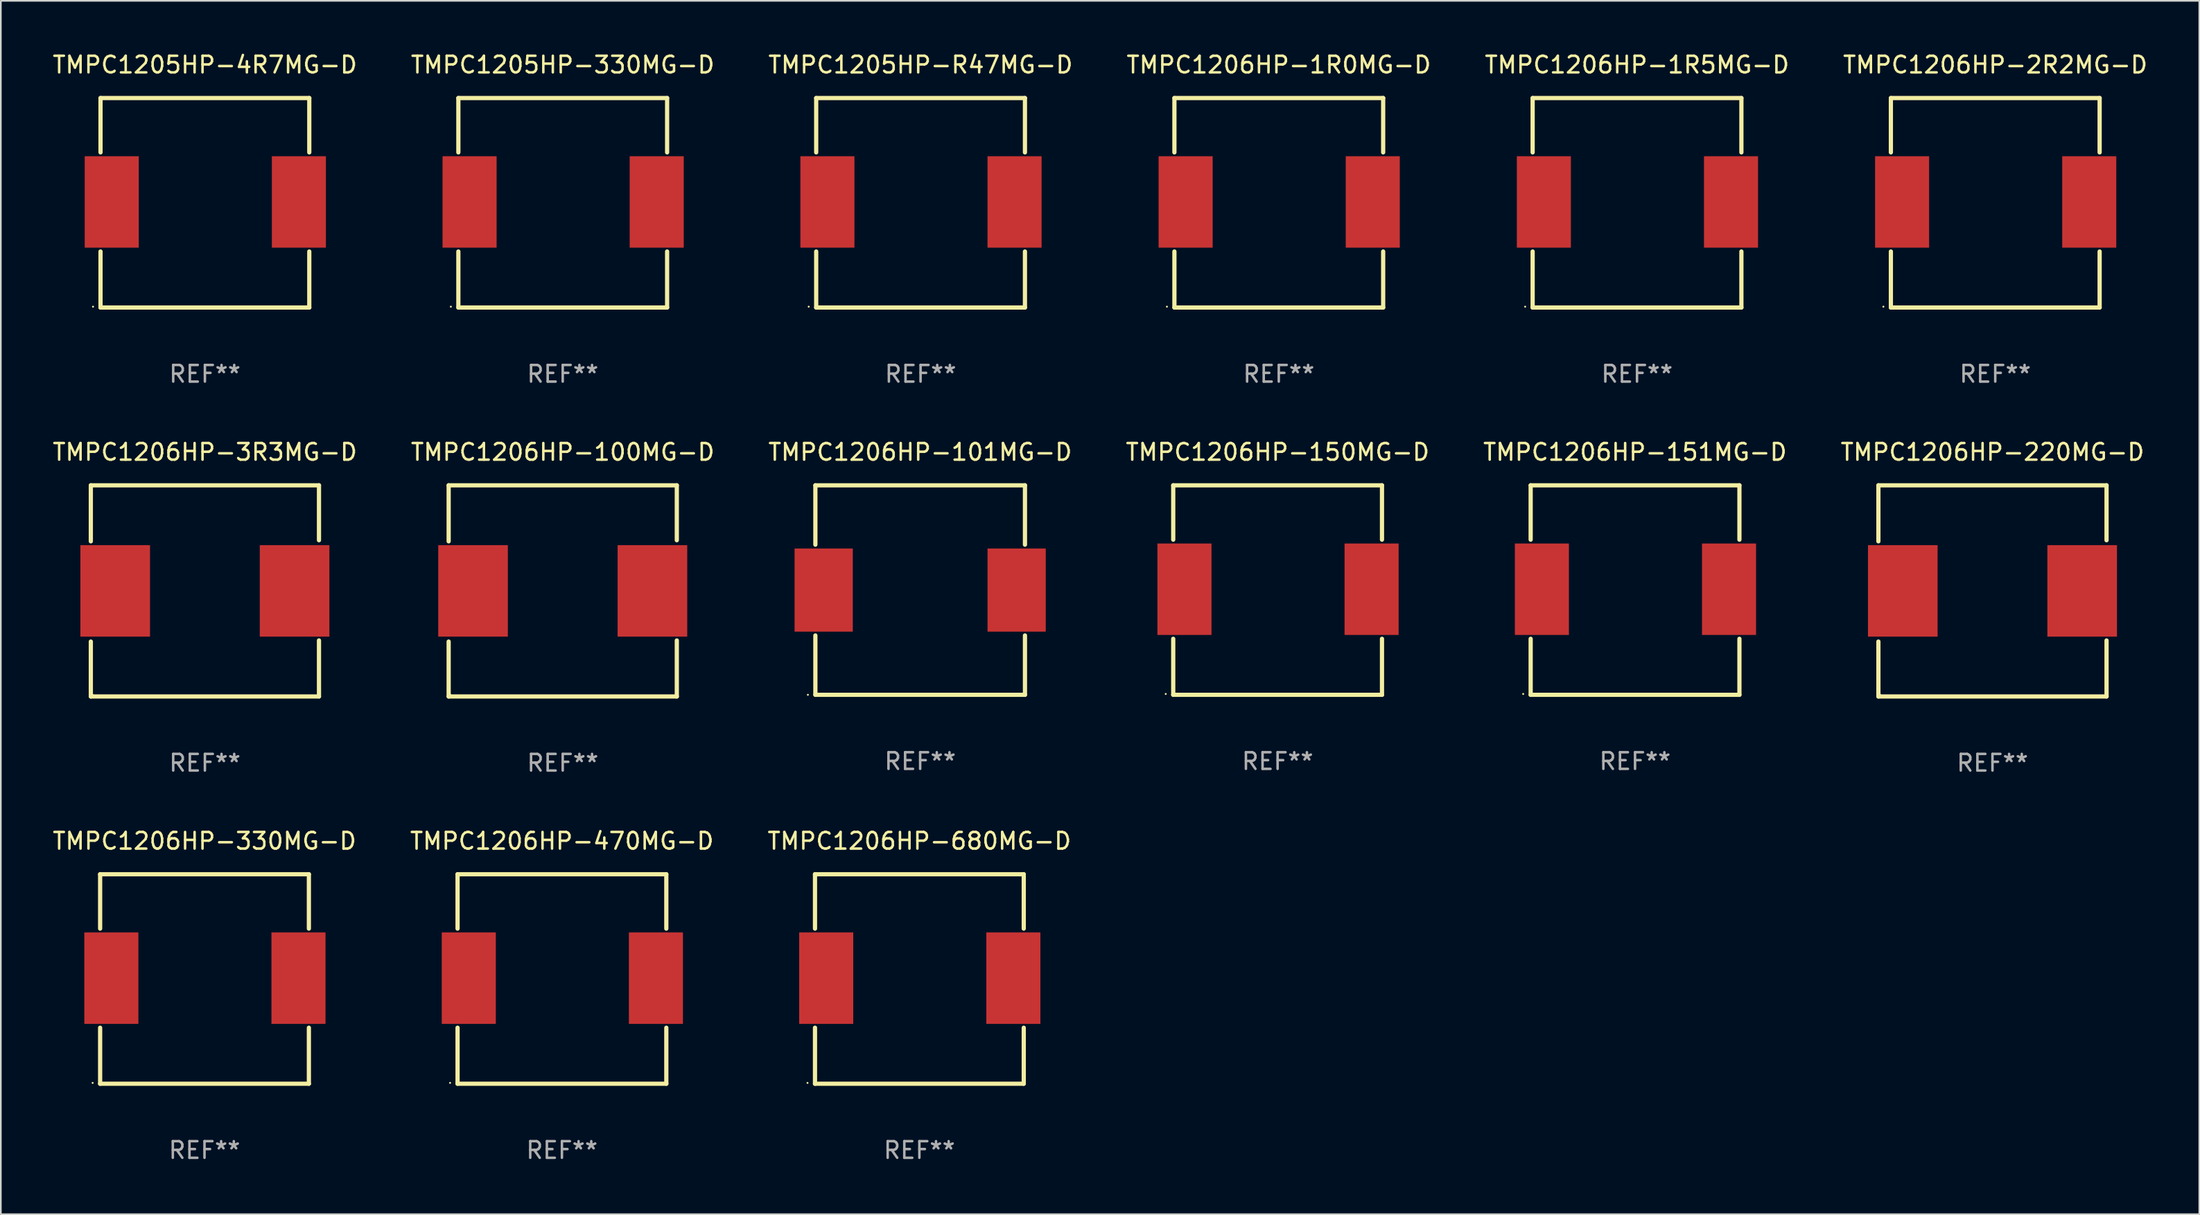
<source format=kicad_pcb>
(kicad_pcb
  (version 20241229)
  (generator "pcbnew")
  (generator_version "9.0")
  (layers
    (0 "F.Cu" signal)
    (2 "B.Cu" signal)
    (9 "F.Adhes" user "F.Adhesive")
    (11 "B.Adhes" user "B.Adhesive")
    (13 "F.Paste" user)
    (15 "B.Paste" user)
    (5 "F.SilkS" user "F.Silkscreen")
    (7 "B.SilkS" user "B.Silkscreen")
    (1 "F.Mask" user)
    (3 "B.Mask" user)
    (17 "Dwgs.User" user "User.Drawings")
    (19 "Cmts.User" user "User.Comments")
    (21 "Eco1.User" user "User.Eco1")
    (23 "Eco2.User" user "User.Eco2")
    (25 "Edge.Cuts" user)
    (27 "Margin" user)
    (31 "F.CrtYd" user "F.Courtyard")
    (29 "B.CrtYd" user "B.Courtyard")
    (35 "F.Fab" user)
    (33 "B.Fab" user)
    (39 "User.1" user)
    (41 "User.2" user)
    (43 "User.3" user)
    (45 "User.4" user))
  (footprint "TMPC1206HP-220MG-D"
    (layer "F.Cu")
    (at 116.732 32.495)
    (property "Reference" "TMPC1206HP-220MG-D" (at 0 -8.35 0) (layer "F.SilkS") (effects (font (size 1 1) (thickness 0.15))))
    (attr through_hole)
    (fp_line (start -6.858 -6.35) (end 6.858 -6.35) (stroke (width 0.254) (type solid)) (layer "F.SilkS"))
    (fp_line (start -6.858 -2.981) (end -6.858 -6.35) (stroke (width 0.254) (type solid)) (layer "F.SilkS"))
    (fp_line (start -6.858 6.35) (end -6.858 3.048) (stroke (width 0.254) (type solid)) (layer "F.SilkS"))
    (fp_line (start 6.858 -6.35) (end 6.858 -3.048) (stroke (width 0.254) (type solid)) (layer "F.SilkS"))
    (fp_line (start 6.858 2.981) (end 6.858 6.35) (stroke (width 0.254) (type solid)) (layer "F.SilkS"))
    (fp_line (start 6.858 6.35) (end -6.858 6.35) (stroke (width 0.254) (type solid)) (layer "F.SilkS"))
    (fp_circle (center -6.75 6.25) (end -6.72 6.25) (stroke (width 0.06) (type solid)) (fill no) (layer "F.SilkS"))
    (fp_text user "REF**" (at 0 10.35 0) (layer "F.Fab") (effects (font (size 1 1) (thickness 0.15))))
    (pad "1" smd rect (at -5.392 0) (size 4.185 5.5) (layers "F.Cu" "F.Mask" "F.Paste"))
    (pad "2" smd rect (at 5.392 0) (size 4.185 5.5) (layers "F.Cu" "F.Mask" "F.Paste")))
  (footprint "TMPC1206HP-3R3MG-D"
    (layer "F.Cu")
    (at 9.268 32.495)
    (property "Reference" "TMPC1206HP-3R3MG-D" (at 0 -8.35 0) (layer "F.SilkS") (effects (font (size 1 1) (thickness 0.15))))
    (attr through_hole)
    (fp_line (start -6.858 -6.35) (end 6.858 -6.35) (stroke (width 0.254) (type solid)) (layer "F.SilkS"))
    (fp_line (start -6.858 -2.981) (end -6.858 -6.35) (stroke (width 0.254) (type solid)) (layer "F.SilkS"))
    (fp_line (start -6.858 6.35) (end -6.858 3.048) (stroke (width 0.254) (type solid)) (layer "F.SilkS"))
    (fp_line (start 6.858 -6.35) (end 6.858 -3.048) (stroke (width 0.254) (type solid)) (layer "F.SilkS"))
    (fp_line (start 6.858 2.981) (end 6.858 6.35) (stroke (width 0.254) (type solid)) (layer "F.SilkS"))
    (fp_line (start 6.858 6.35) (end -6.858 6.35) (stroke (width 0.254) (type solid)) (layer "F.SilkS"))
    (fp_circle (center -6.75 6.25) (end -6.72 6.25) (stroke (width 0.06) (type solid)) (fill no) (layer "F.SilkS"))
    (fp_text user "REF**" (at 0 10.35 0) (layer "F.Fab") (effects (font (size 1 1) (thickness 0.15))))
    (pad "1" smd rect (at -5.392 0) (size 4.185 5.5) (layers "F.Cu" "F.Mask" "F.Paste"))
    (pad "2" smd rect (at 5.392 0) (size 4.185 5.5) (layers "F.Cu" "F.Mask" "F.Paste")))
  (footprint "TMPC1206HP-151MG-D"
    (layer "F.Cu")
    (at 95.244 32.445)
    (property "Reference" "TMPC1206HP-151MG-D" (at 0 -8.3 0) (layer "F.SilkS") (effects (font (size 1 1) (thickness 0.15))))
    (attr through_hole)
    (fp_line (start -6.275 -6.3) (end 6.275 -6.3) (stroke (width 0.254) (type solid)) (layer "F.SilkS"))
    (fp_line (start -6.275 -3.031) (end -6.275 -6.3) (stroke (width 0.254) (type solid)) (layer "F.SilkS"))
    (fp_line (start -6.275 6.3) (end -6.275 2.931) (stroke (width 0.254) (type solid)) (layer "F.SilkS"))
    (fp_line (start 6.275 -6.3) (end 6.275 -3.031) (stroke (width 0.254) (type solid)) (layer "F.SilkS"))
    (fp_line (start 6.275 2.931) (end 6.275 6.3) (stroke (width 0.254) (type solid)) (layer "F.SilkS"))
    (fp_line (start 6.275 6.3) (end -6.275 6.3) (stroke (width 0.254) (type solid)) (layer "F.SilkS"))
    (fp_circle (center -6.725 6.25) (end -6.695 6.25) (stroke (width 0.06) (type solid)) (fill no) (layer "F.SilkS"))
    (fp_text user "REF**" (at 0 10.3 0) (layer "F.Fab") (effects (font (size 1 1) (thickness 0.15))))
    (pad "1" smd rect (at -5.6 -0.05) (size 3.25 5.5) (layers "F.Cu" "F.Mask" "F.Paste"))
    (pad "2" smd rect (at 5.65 -0.05) (size 3.25 5.5) (layers "F.Cu" "F.Mask" "F.Paste")))
  (footprint "TMPC1206HP-1R0MG-D"
    (layer "F.Cu")
    (at 73.827 9.148)
    (property "Reference" "TMPC1206HP-1R0MG-D" (at 0 -8.3 0) (layer "F.SilkS") (effects (font (size 1 1) (thickness 0.15))))
    (attr through_hole)
    (fp_line (start -6.275 -6.3) (end 6.275 -6.3) (stroke (width 0.254) (type solid)) (layer "F.SilkS"))
    (fp_line (start -6.275 -3.031) (end -6.275 -6.3) (stroke (width 0.254) (type solid)) (layer "F.SilkS"))
    (fp_line (start -6.275 6.3) (end -6.275 2.931) (stroke (width 0.254) (type solid)) (layer "F.SilkS"))
    (fp_line (start 6.275 -6.3) (end 6.275 -3.031) (stroke (width 0.254) (type solid)) (layer "F.SilkS"))
    (fp_line (start 6.275 2.931) (end 6.275 6.3) (stroke (width 0.254) (type solid)) (layer "F.SilkS"))
    (fp_line (start 6.275 6.3) (end -6.275 6.3) (stroke (width 0.254) (type solid)) (layer "F.SilkS"))
    (fp_circle (center -6.725 6.25) (end -6.695 6.25) (stroke (width 0.06) (type solid)) (fill no) (layer "F.SilkS"))
    (fp_text user "REF**" (at 0 10.3 0) (layer "F.Fab") (effects (font (size 1 1) (thickness 0.15))))
    (pad "1" smd rect (at -5.6 -0.05) (size 3.25 5.5) (layers "F.Cu" "F.Mask" "F.Paste"))
    (pad "2" smd rect (at 5.65 -0.05) (size 3.25 5.5) (layers "F.Cu" "F.Mask" "F.Paste")))
  (footprint "TMPC1206HP-101MG-D"
    (layer "F.Cu")
    (at 52.268 32.445)
    (property "Reference" "TMPC1206HP-101MG-D" (at 0 -8.3 0) (layer "F.SilkS") (effects (font (size 1 1) (thickness 0.15))))
    (attr through_hole)
    (fp_line (start -6.3 -6.3) (end -6.3 -2.731) (stroke (width 0.254) (type solid)) (layer "F.SilkS"))
    (fp_line (start -6.3 2.731) (end -6.3 6.3) (stroke (width 0.254) (type solid)) (layer "F.SilkS"))
    (fp_line (start -6.3 6.3) (end 6.3 6.3) (stroke (width 0.254) (type solid)) (layer "F.SilkS"))
    (fp_line (start 6.3 -6.3) (end -6.3 -6.3) (stroke (width 0.254) (type solid)) (layer "F.SilkS"))
    (fp_line (start 6.3 -2.731) (end 6.3 -6.3) (stroke (width 0.254) (type solid)) (layer "F.SilkS"))
    (fp_line (start 6.3 6.3) (end 6.3 2.731) (stroke (width 0.254) (type solid)) (layer "F.SilkS"))
    (fp_circle (center -6.75 6.3) (end -6.72 6.3) (stroke (width 0.06) (type solid)) (fill no) (layer "F.SilkS"))
    (fp_text user "REF**" (at 0 10.3 0) (layer "F.Fab") (effects (font (size 1 1) (thickness 0.15))))
    (pad "1" smd rect (at -5.8 0) (size 3.5 5) (layers "F.Cu" "F.Mask" "F.Paste"))
    (pad "2" smd rect (at 5.8 0) (size 3.5 5) (layers "F.Cu" "F.Mask" "F.Paste")))
  (footprint "TMPC1206HP-2R2MG-D"
    (layer "F.Cu")
    (at 116.899 9.148)
    (property "Reference" "TMPC1206HP-2R2MG-D" (at 0 -8.3 0) (layer "F.SilkS") (effects (font (size 1 1) (thickness 0.15))))
    (attr through_hole)
    (fp_line (start -6.275 -6.3) (end 6.275 -6.3) (stroke (width 0.254) (type solid)) (layer "F.SilkS"))
    (fp_line (start -6.275 -3.031) (end -6.275 -6.3) (stroke (width 0.254) (type solid)) (layer "F.SilkS"))
    (fp_line (start -6.275 6.3) (end -6.275 2.931) (stroke (width 0.254) (type solid)) (layer "F.SilkS"))
    (fp_line (start 6.275 -6.3) (end 6.275 -3.031) (stroke (width 0.254) (type solid)) (layer "F.SilkS"))
    (fp_line (start 6.275 2.931) (end 6.275 6.3) (stroke (width 0.254) (type solid)) (layer "F.SilkS"))
    (fp_line (start 6.275 6.3) (end -6.275 6.3) (stroke (width 0.254) (type solid)) (layer "F.SilkS"))
    (fp_circle (center -6.725 6.25) (end -6.695 6.25) (stroke (width 0.06) (type solid)) (fill no) (layer "F.SilkS"))
    (fp_text user "REF**" (at 0 10.3 0) (layer "F.Fab") (effects (font (size 1 1) (thickness 0.15))))
    (pad "1" smd rect (at -5.6 -0.05) (size 3.25 5.5) (layers "F.Cu" "F.Mask" "F.Paste"))
    (pad "2" smd rect (at 5.65 -0.05) (size 3.25 5.5) (layers "F.Cu" "F.Mask" "F.Paste")))
  (footprint "TMPC1206HP-330MG-D"
    (layer "F.Cu")
    (at 9.244 55.841)
    (property "Reference" "TMPC1206HP-330MG-D" (at 0 -8.3 0) (layer "F.SilkS") (effects (font (size 1 1) (thickness 0.15))))
    (attr through_hole)
    (fp_line (start -6.275 -6.3) (end 6.275 -6.3) (stroke (width 0.254) (type solid)) (layer "F.SilkS"))
    (fp_line (start -6.275 -3.031) (end -6.275 -6.3) (stroke (width 0.254) (type solid)) (layer "F.SilkS"))
    (fp_line (start -6.275 6.3) (end -6.275 2.931) (stroke (width 0.254) (type solid)) (layer "F.SilkS"))
    (fp_line (start 6.275 -6.3) (end 6.275 -3.031) (stroke (width 0.254) (type solid)) (layer "F.SilkS"))
    (fp_line (start 6.275 2.931) (end 6.275 6.3) (stroke (width 0.254) (type solid)) (layer "F.SilkS"))
    (fp_line (start 6.275 6.3) (end -6.275 6.3) (stroke (width 0.254) (type solid)) (layer "F.SilkS"))
    (fp_circle (center -6.725 6.25) (end -6.695 6.25) (stroke (width 0.06) (type solid)) (fill no) (layer "F.SilkS"))
    (fp_text user "REF**" (at 0 10.3 0) (layer "F.Fab") (effects (font (size 1 1) (thickness 0.15))))
    (pad "1" smd rect (at -5.6 -0.05) (size 3.25 5.5) (layers "F.Cu" "F.Mask" "F.Paste"))
    (pad "2" smd rect (at 5.65 -0.05) (size 3.25 5.5) (layers "F.Cu" "F.Mask" "F.Paste")))
  (footprint "TMPC1205HP-4R7MG-D"
    (layer "F.Cu")
    (at 9.268 9.148)
    (property "Reference" "TMPC1205HP-4R7MG-D" (at 0 -8.3 0) (layer "F.SilkS") (effects (font (size 1 1) (thickness 0.15))))
    (attr through_hole)
    (fp_line (start -6.275 -6.3) (end 6.275 -6.3) (stroke (width 0.254) (type solid)) (layer "F.SilkS"))
    (fp_line (start -6.275 -3.031) (end -6.275 -6.3) (stroke (width 0.254) (type solid)) (layer "F.SilkS"))
    (fp_line (start -6.275 6.3) (end -6.275 2.931) (stroke (width 0.254) (type solid)) (layer "F.SilkS"))
    (fp_line (start 6.275 -6.3) (end 6.275 -3.031) (stroke (width 0.254) (type solid)) (layer "F.SilkS"))
    (fp_line (start 6.275 2.931) (end 6.275 6.3) (stroke (width 0.254) (type solid)) (layer "F.SilkS"))
    (fp_line (start 6.275 6.3) (end -6.275 6.3) (stroke (width 0.254) (type solid)) (layer "F.SilkS"))
    (fp_circle (center -6.725 6.25) (end -6.695 6.25) (stroke (width 0.06) (type solid)) (fill no) (layer "F.SilkS"))
    (fp_text user "REF**" (at 0 10.3 0) (layer "F.Fab") (effects (font (size 1 1) (thickness 0.15))))
    (pad "1" smd rect (at -5.6 -0.05) (size 3.25 5.5) (layers "F.Cu" "F.Mask" "F.Paste"))
    (pad "2" smd rect (at 5.65 -0.05) (size 3.25 5.5) (layers "F.Cu" "F.Mask" "F.Paste")))
  (footprint "TMPC1206HP-100MG-D"
    (layer "F.Cu")
    (at 30.78 32.495)
    (property "Reference" "TMPC1206HP-100MG-D" (at 0 -8.35 0) (layer "F.SilkS") (effects (font (size 1 1) (thickness 0.15))))
    (attr through_hole)
    (fp_line (start -6.858 -6.35) (end 6.858 -6.35) (stroke (width 0.254) (type solid)) (layer "F.SilkS"))
    (fp_line (start -6.858 -2.981) (end -6.858 -6.35) (stroke (width 0.254) (type solid)) (layer "F.SilkS"))
    (fp_line (start -6.858 6.35) (end -6.858 3.048) (stroke (width 0.254) (type solid)) (layer "F.SilkS"))
    (fp_line (start 6.858 -6.35) (end 6.858 -3.048) (stroke (width 0.254) (type solid)) (layer "F.SilkS"))
    (fp_line (start 6.858 2.981) (end 6.858 6.35) (stroke (width 0.254) (type solid)) (layer "F.SilkS"))
    (fp_line (start 6.858 6.35) (end -6.858 6.35) (stroke (width 0.254) (type solid)) (layer "F.SilkS"))
    (fp_circle (center -6.75 6.25) (end -6.72 6.25) (stroke (width 0.06) (type solid)) (fill no) (layer "F.SilkS"))
    (fp_text user "REF**" (at 0 10.35 0) (layer "F.Fab") (effects (font (size 1 1) (thickness 0.15))))
    (pad "1" smd rect (at -5.392 0) (size 4.185 5.5) (layers "F.Cu" "F.Mask" "F.Paste"))
    (pad "2" smd rect (at 5.392 0) (size 4.185 5.5) (layers "F.Cu" "F.Mask" "F.Paste")))
  (footprint "TMPC1205HP-330MG-D"
    (layer "F.Cu")
    (at 30.78 9.148)
    (property "Reference" "TMPC1205HP-330MG-D" (at 0 -8.3 0) (layer "F.SilkS") (effects (font (size 1 1) (thickness 0.15))))
    (attr through_hole)
    (fp_line (start -6.275 -6.3) (end 6.275 -6.3) (stroke (width 0.254) (type solid)) (layer "F.SilkS"))
    (fp_line (start -6.275 -3.031) (end -6.275 -6.3) (stroke (width 0.254) (type solid)) (layer "F.SilkS"))
    (fp_line (start -6.275 6.3) (end -6.275 2.931) (stroke (width 0.254) (type solid)) (layer "F.SilkS"))
    (fp_line (start 6.275 -6.3) (end 6.275 -3.031) (stroke (width 0.254) (type solid)) (layer "F.SilkS"))
    (fp_line (start 6.275 2.931) (end 6.275 6.3) (stroke (width 0.254) (type solid)) (layer "F.SilkS"))
    (fp_line (start 6.275 6.3) (end -6.275 6.3) (stroke (width 0.254) (type solid)) (layer "F.SilkS"))
    (fp_circle (center -6.725 6.25) (end -6.695 6.25) (stroke (width 0.06) (type solid)) (fill no) (layer "F.SilkS"))
    (fp_text user "REF**" (at 0 10.3 0) (layer "F.Fab") (effects (font (size 1 1) (thickness 0.15))))
    (pad "1" smd rect (at -5.6 -0.05) (size 3.25 5.5) (layers "F.Cu" "F.Mask" "F.Paste"))
    (pad "2" smd rect (at 5.65 -0.05) (size 3.25 5.5) (layers "F.Cu" "F.Mask" "F.Paste")))
  (footprint "TMPC1206HP-1R5MG-D"
    (layer "F.Cu")
    (at 95.363 9.148)
    (property "Reference" "TMPC1206HP-1R5MG-D" (at 0 -8.3 0) (layer "F.SilkS") (effects (font (size 1 1) (thickness 0.15))))
    (attr through_hole)
    (fp_line (start -6.275 -6.3) (end 6.275 -6.3) (stroke (width 0.254) (type solid)) (layer "F.SilkS"))
    (fp_line (start -6.275 -3.031) (end -6.275 -6.3) (stroke (width 0.254) (type solid)) (layer "F.SilkS"))
    (fp_line (start -6.275 6.3) (end -6.275 2.931) (stroke (width 0.254) (type solid)) (layer "F.SilkS"))
    (fp_line (start 6.275 -6.3) (end 6.275 -3.031) (stroke (width 0.254) (type solid)) (layer "F.SilkS"))
    (fp_line (start 6.275 2.931) (end 6.275 6.3) (stroke (width 0.254) (type solid)) (layer "F.SilkS"))
    (fp_line (start 6.275 6.3) (end -6.275 6.3) (stroke (width 0.254) (type solid)) (layer "F.SilkS"))
    (fp_circle (center -6.725 6.25) (end -6.695 6.25) (stroke (width 0.06) (type solid)) (fill no) (layer "F.SilkS"))
    (fp_text user "REF**" (at 0 10.3 0) (layer "F.Fab") (effects (font (size 1 1) (thickness 0.15))))
    (pad "1" smd rect (at -5.6 -0.05) (size 3.25 5.5) (layers "F.Cu" "F.Mask" "F.Paste"))
    (pad "2" smd rect (at 5.65 -0.05) (size 3.25 5.5) (layers "F.Cu" "F.Mask" "F.Paste")))
  (footprint "TMPC1206HP-470MG-D"
    (layer "F.Cu")
    (at 30.732 55.841)
    (property "Reference" "TMPC1206HP-470MG-D" (at 0 -8.3 0) (layer "F.SilkS") (effects (font (size 1 1) (thickness 0.15))))
    (attr through_hole)
    (fp_line (start -6.275 -6.3) (end 6.275 -6.3) (stroke (width 0.254) (type solid)) (layer "F.SilkS"))
    (fp_line (start -6.275 -3.031) (end -6.275 -6.3) (stroke (width 0.254) (type solid)) (layer "F.SilkS"))
    (fp_line (start -6.275 6.3) (end -6.275 2.931) (stroke (width 0.254) (type solid)) (layer "F.SilkS"))
    (fp_line (start 6.275 -6.3) (end 6.275 -3.031) (stroke (width 0.254) (type solid)) (layer "F.SilkS"))
    (fp_line (start 6.275 2.931) (end 6.275 6.3) (stroke (width 0.254) (type solid)) (layer "F.SilkS"))
    (fp_line (start 6.275 6.3) (end -6.275 6.3) (stroke (width 0.254) (type solid)) (layer "F.SilkS"))
    (fp_circle (center -6.725 6.25) (end -6.695 6.25) (stroke (width 0.06) (type solid)) (fill no) (layer "F.SilkS"))
    (fp_text user "REF**" (at 0 10.3 0) (layer "F.Fab") (effects (font (size 1 1) (thickness 0.15))))
    (pad "1" smd rect (at -5.6 -0.05) (size 3.25 5.5) (layers "F.Cu" "F.Mask" "F.Paste"))
    (pad "2" smd rect (at 5.65 -0.05) (size 3.25 5.5) (layers "F.Cu" "F.Mask" "F.Paste")))
  (footprint "TMPC1206HP-680MG-D"
    (layer "F.Cu")
    (at 52.22 55.841)
    (property "Reference" "TMPC1206HP-680MG-D" (at 0 -8.3 0) (layer "F.SilkS") (effects (font (size 1 1) (thickness 0.15))))
    (attr through_hole)
    (fp_line (start -6.275 -6.3) (end 6.275 -6.3) (stroke (width 0.254) (type solid)) (layer "F.SilkS"))
    (fp_line (start -6.275 -3.031) (end -6.275 -6.3) (stroke (width 0.254) (type solid)) (layer "F.SilkS"))
    (fp_line (start -6.275 6.3) (end -6.275 2.931) (stroke (width 0.254) (type solid)) (layer "F.SilkS"))
    (fp_line (start 6.275 -6.3) (end 6.275 -3.031) (stroke (width 0.254) (type solid)) (layer "F.SilkS"))
    (fp_line (start 6.275 2.931) (end 6.275 6.3) (stroke (width 0.254) (type solid)) (layer "F.SilkS"))
    (fp_line (start 6.275 6.3) (end -6.275 6.3) (stroke (width 0.254) (type solid)) (layer "F.SilkS"))
    (fp_circle (center -6.725 6.25) (end -6.695 6.25) (stroke (width 0.06) (type solid)) (fill no) (layer "F.SilkS"))
    (fp_text user "REF**" (at 0 10.3 0) (layer "F.Fab") (effects (font (size 1 1) (thickness 0.15))))
    (pad "1" smd rect (at -5.6 -0.05) (size 3.25 5.5) (layers "F.Cu" "F.Mask" "F.Paste"))
    (pad "2" smd rect (at 5.65 -0.05) (size 3.25 5.5) (layers "F.Cu" "F.Mask" "F.Paste")))
  (footprint "TMPC1205HP-R47MG-D"
    (layer "F.Cu")
    (at 52.292 9.148)
    (property "Reference" "TMPC1205HP-R47MG-D" (at 0 -8.3 0) (layer "F.SilkS") (effects (font (size 1 1) (thickness 0.15))))
    (attr through_hole)
    (fp_line (start -6.275 -6.3) (end 6.275 -6.3) (stroke (width 0.254) (type solid)) (layer "F.SilkS"))
    (fp_line (start -6.275 -3.031) (end -6.275 -6.3) (stroke (width 0.254) (type solid)) (layer "F.SilkS"))
    (fp_line (start -6.275 6.3) (end -6.275 2.931) (stroke (width 0.254) (type solid)) (layer "F.SilkS"))
    (fp_line (start 6.275 -6.3) (end 6.275 -3.031) (stroke (width 0.254) (type solid)) (layer "F.SilkS"))
    (fp_line (start 6.275 2.931) (end 6.275 6.3) (stroke (width 0.254) (type solid)) (layer "F.SilkS"))
    (fp_line (start 6.275 6.3) (end -6.275 6.3) (stroke (width 0.254) (type solid)) (layer "F.SilkS"))
    (fp_circle (center -6.725 6.25) (end -6.695 6.25) (stroke (width 0.06) (type solid)) (fill no) (layer "F.SilkS"))
    (fp_text user "REF**" (at 0 10.3 0) (layer "F.Fab") (effects (font (size 1 1) (thickness 0.15))))
    (pad "1" smd rect (at -5.6 -0.05) (size 3.25 5.5) (layers "F.Cu" "F.Mask" "F.Paste"))
    (pad "2" smd rect (at 5.65 -0.05) (size 3.25 5.5) (layers "F.Cu" "F.Mask" "F.Paste")))
  (footprint "TMPC1206HP-150MG-D"
    (layer "F.Cu")
    (at 73.756 32.445)
    (property "Reference" "TMPC1206HP-150MG-D" (at 0 -8.3 0) (layer "F.SilkS") (effects (font (size 1 1) (thickness 0.15))))
    (attr through_hole)
    (fp_line (start -6.275 -6.3) (end 6.275 -6.3) (stroke (width 0.254) (type solid)) (layer "F.SilkS"))
    (fp_line (start -6.275 -3.031) (end -6.275 -6.3) (stroke (width 0.254) (type solid)) (layer "F.SilkS"))
    (fp_line (start -6.275 6.3) (end -6.275 2.931) (stroke (width 0.254) (type solid)) (layer "F.SilkS"))
    (fp_line (start 6.275 -6.3) (end 6.275 -3.031) (stroke (width 0.254) (type solid)) (layer "F.SilkS"))
    (fp_line (start 6.275 2.931) (end 6.275 6.3) (stroke (width 0.254) (type solid)) (layer "F.SilkS"))
    (fp_line (start 6.275 6.3) (end -6.275 6.3) (stroke (width 0.254) (type solid)) (layer "F.SilkS"))
    (fp_circle (center -6.725 6.25) (end -6.695 6.25) (stroke (width 0.06) (type solid)) (fill no) (layer "F.SilkS"))
    (fp_text user "REF**" (at 0 10.3 0) (layer "F.Fab") (effects (font (size 1 1) (thickness 0.15))))
    (pad "1" smd rect (at -5.6 -0.05) (size 3.25 5.5) (layers "F.Cu" "F.Mask" "F.Paste"))
    (pad "2" smd rect (at 5.65 -0.05) (size 3.25 5.5) (layers "F.Cu" "F.Mask" "F.Paste")))
  (gr_rect
    (start -3 -3)
    (end 129.167 69.99)
    (stroke (width 0.1) (type default))
    (fill no)
    (layer "Edge.Cuts")))
</source>
